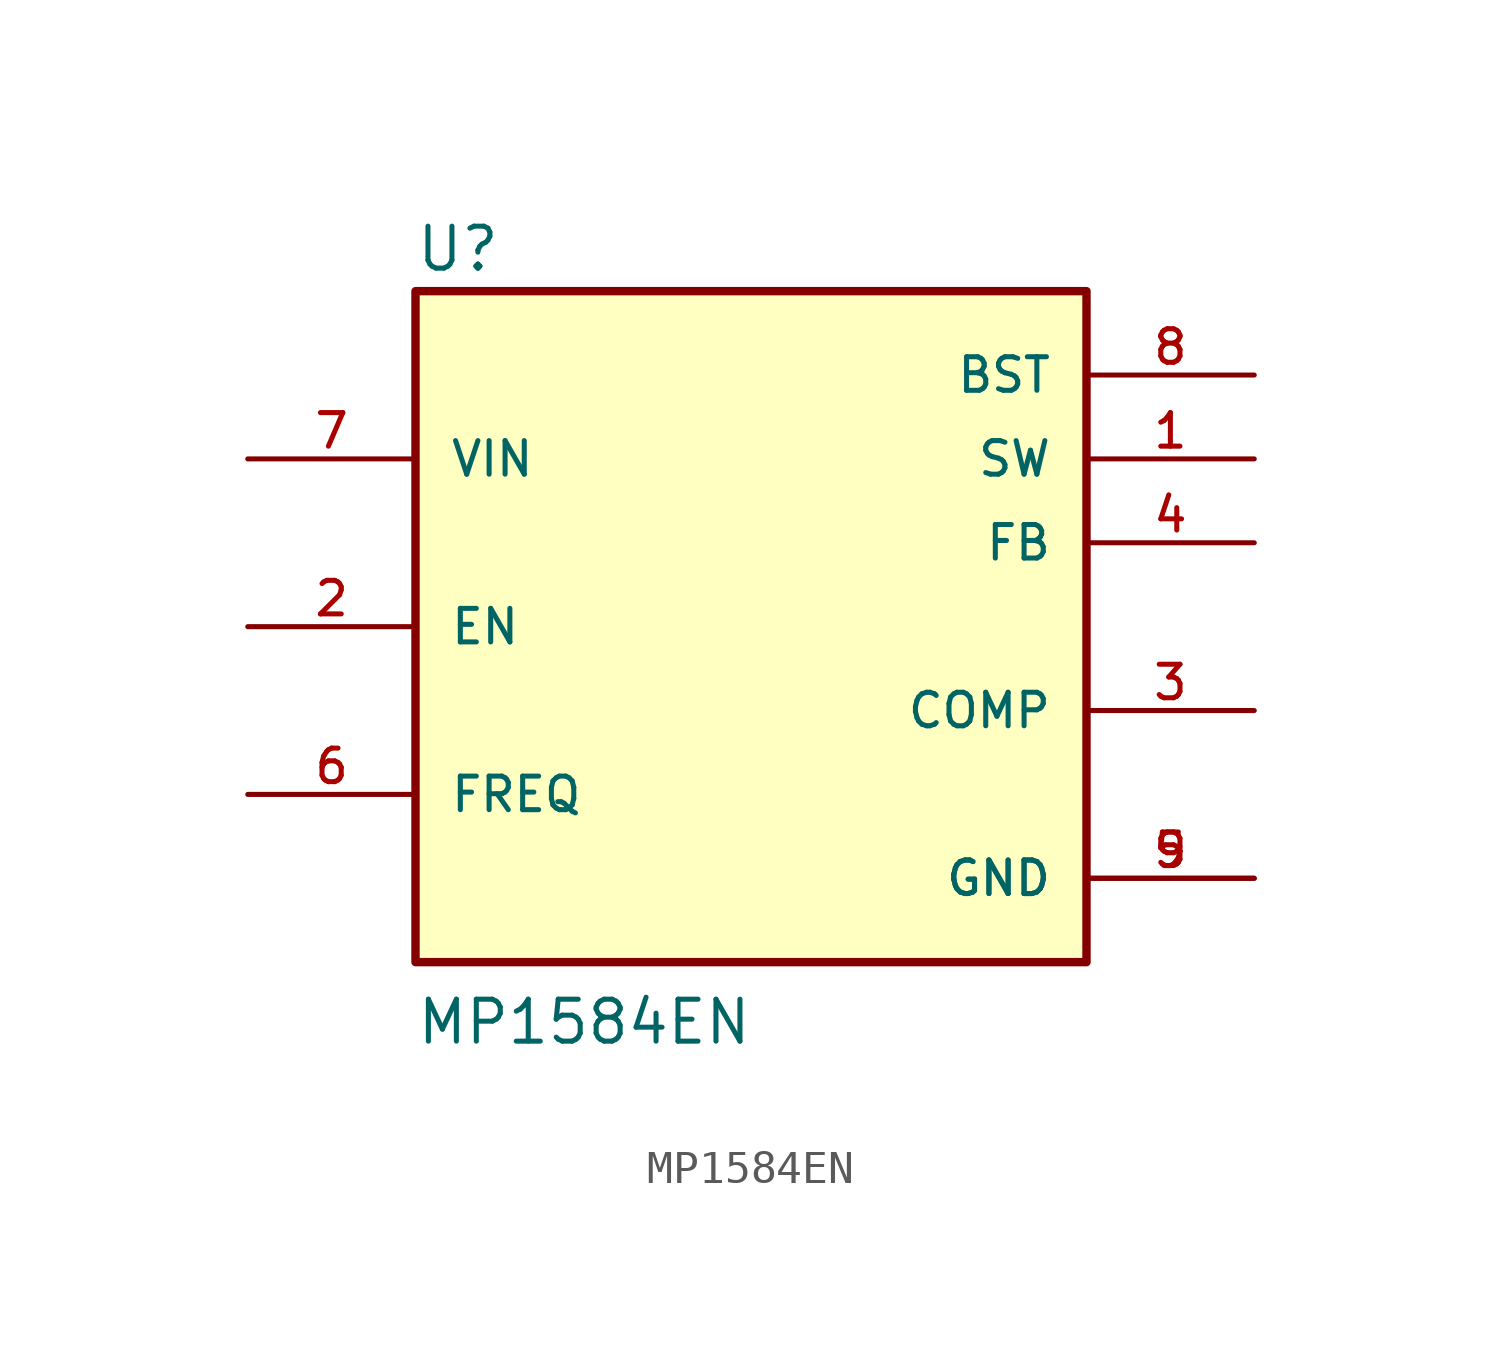
<source format=kicad_sym>
(kicad_symbol_lib
  (version 20211014)
  (generator kicad_symbol_editor)
  (symbol "MP1584EN"
    (pin_names
      (offset 1.016))
    (property "Reference" "U"
      (at -10.185 10.694 0)
      (effects (font (size 1.27 1.27)) (justify bottom left)))
    (property "Value" "MP1584EN"
      (at -10.172 -12.715 0)
      (effects (font (size 1.27 1.27)) (justify bottom left)))
    (symbol "MP1584EN_0_0"
      (rectangle (start -10.16 -10.16) (end 10.16 10.16) (stroke (width 0.254)) (fill (type background)))
      (pin output line (at 15.24 5.08 180.0) (length 5.08) (name "SW" (effects (font (size 1.016 1.016)))) (number "1" (effects (font (size 1.016 1.016)))))
      (pin input line (at -15.24 0.0 0) (length 5.08) (name "EN" (effects (font (size 1.016 1.016)))) (number "2" (effects (font (size 1.016 1.016)))))
      (pin output line (at 15.24 -2.54 180.0) (length 5.08) (name "COMP" (effects (font (size 1.016 1.016)))) (number "3" (effects (font (size 1.016 1.016)))))
      (pin input line (at 15.24 2.54 180.0) (length 5.08) (name "FB" (effects (font (size 1.016 1.016)))) (number "4" (effects (font (size 1.016 1.016)))))
      (pin power_in line (at 15.24 -7.62 180.0) (length 5.08) (name "GND" (effects (font (size 1.016 1.016)))) (number "5" (effects (font (size 1.016 1.016)))))
      (pin power_in line (at 15.24 -7.62 180.0) (length 5.08) (name "GND" (effects (font (size 1.016 1.016)))) (number "9" (effects (font (size 1.016 1.016)))))
      (pin input line (at -15.24 -5.08 0) (length 5.08) (name "FREQ" (effects (font (size 1.016 1.016)))) (number "6" (effects (font (size 1.016 1.016)))))
      (pin input line (at -15.24 5.08 0) (length 5.08) (name "VIN" (effects (font (size 1.016 1.016)))) (number "7" (effects (font (size 1.016 1.016)))))
      (pin passive line (at 15.24 7.62 180.0) (length 5.08) (name "BST" (effects (font (size 1.016 1.016)))) (number "8" (effects (font (size 1.016 1.016))))))))
</source>
